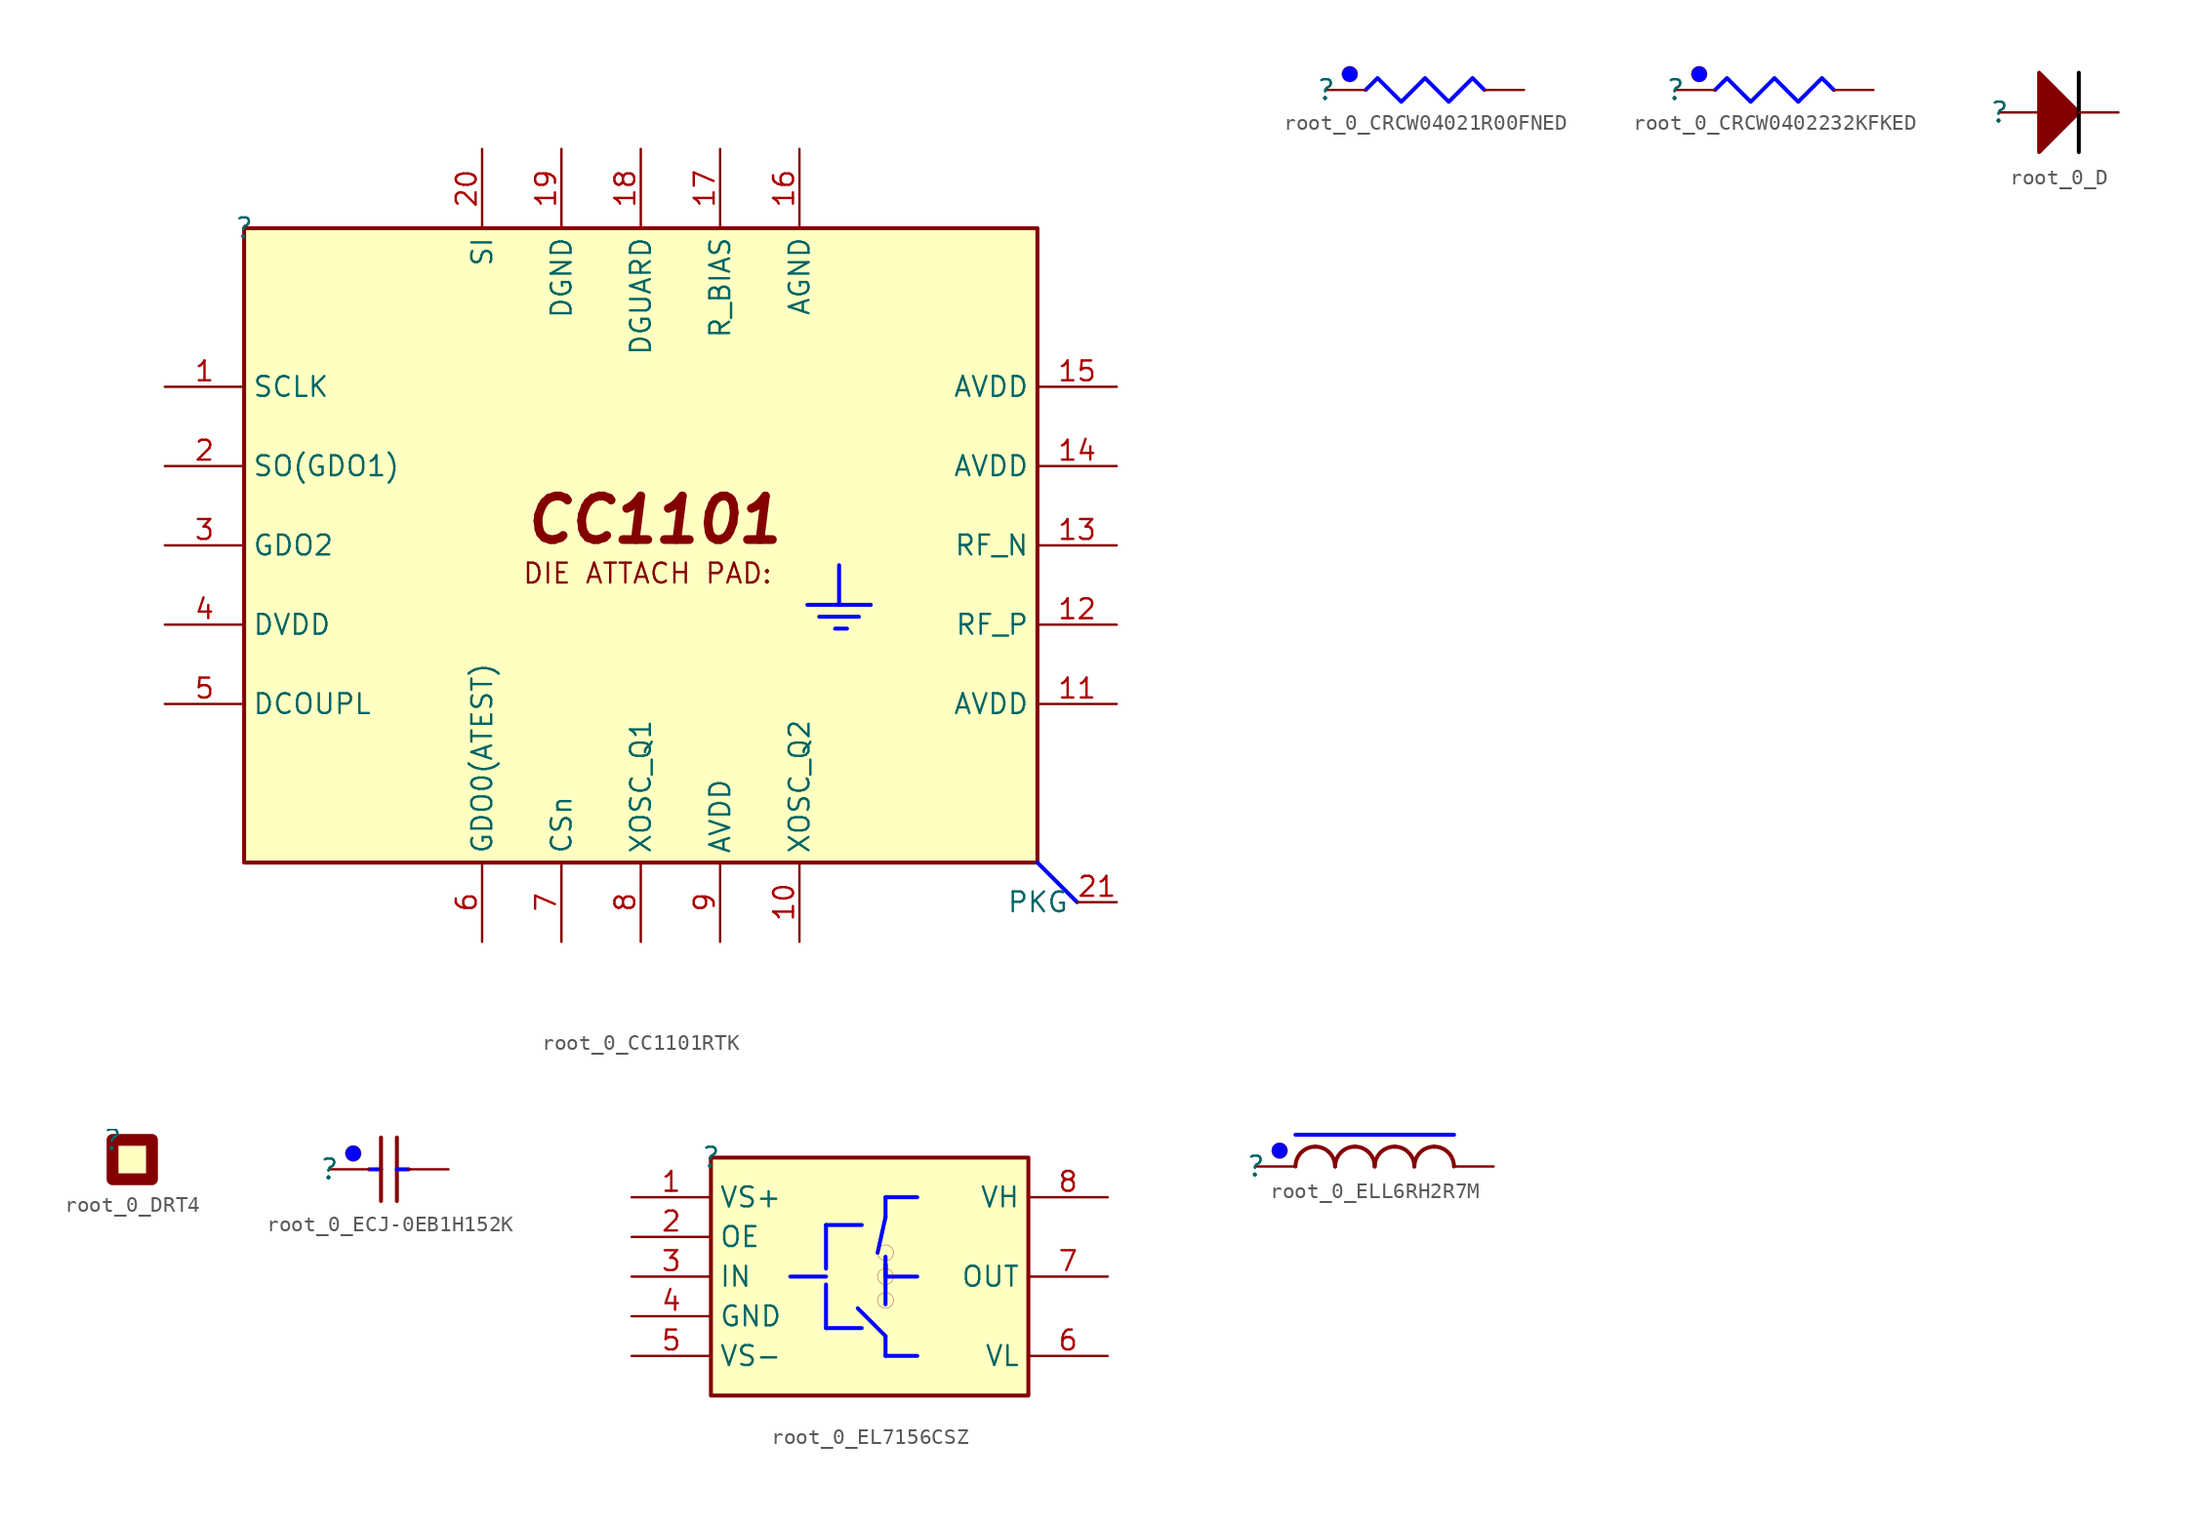
<source format=kicad_sym>
(kicad_symbol_lib
  (version 20231120)
  (generator "kicad_symbol_editor")
  (generator_version "8.0")
  (symbol "root_0_CC1101RTK"
    (property "Reference" ""
      (at 0 0 0)
      (effects (font (size 1.27 1.27))))
    (property "Value" ""
      (at 0 0 0)
      (effects (font (size 1.27 1.27))))
    (symbol "root_0_CC1101RTK_1_0"
      (polyline (pts (xy 36.068 -24.13) (xy 40.132 -24.13)) (stroke (width 0.254) (type solid) (color 0 0 255 1)) (fill (type none)))
      (polyline (pts (xy 36.83 -24.892) (xy 39.37 -24.892)) (stroke (width 0.254) (type solid) (color 0 0 255 1)) (fill (type none)))
      (polyline (pts (xy 37.846 -25.654) (xy 38.608 -25.654)) (stroke (width 0.254) (type solid) (color 0 0 255 1)) (fill (type none)))
      (polyline (pts (xy 38.1 -24.13) (xy 38.1 -21.59)) (stroke (width 0.254) (type solid) (color 0 0 255 1)) (fill (type none)))
      (polyline (pts (xy 50.8 -40.64) (xy 53.34 -43.18)) (stroke (width 0.254) (type solid) (color 0 0 255 1)) (fill (type none)))
      (rectangle (start 50.8 0) (end 0 -40.64) (stroke (width 0.254) (type solid)) (fill (type background)))
      (text "CC1101" (at 17.78 -20.32 0) (effects (font (size 2.794 2.794) (bold yes) (italic yes)) (justify left bottom)))
      (text "DIE ATTACH PAD:" (at 17.78 -22.86 0) (effects (font (size 1.27 1.27)) (justify left bottom)))
      (pin passive line (at -5.08 -10.16 0) (length 5.08) (name "SCLK" (effects (font (size 1.27 1.27)))) (number "1" (effects (font (size 1.27 1.27)))))
      (pin passive line (at 35.56 -45.72 90) (length 5.08) (name "XOSC_Q2" (effects (font (size 1.27 1.27)))) (number "10" (effects (font (size 1.27 1.27)))))
      (pin passive line (at 55.88 -30.48 180) (length 5.08) (name "AVDD" (effects (font (size 1.27 1.27)))) (number "11" (effects (font (size 1.27 1.27)))))
      (pin passive line (at 55.88 -25.4 180) (length 5.08) (name "RF_P" (effects (font (size 1.27 1.27)))) (number "12" (effects (font (size 1.27 1.27)))))
      (pin passive line (at 55.88 -20.32 180) (length 5.08) (name "RF_N" (effects (font (size 1.27 1.27)))) (number "13" (effects (font (size 1.27 1.27)))))
      (pin passive line (at 55.88 -15.24 180) (length 5.08) (name "AVDD" (effects (font (size 1.27 1.27)))) (number "14" (effects (font (size 1.27 1.27)))))
      (pin passive line (at 55.88 -10.16 180) (length 5.08) (name "AVDD" (effects (font (size 1.27 1.27)))) (number "15" (effects (font (size 1.27 1.27)))))
      (pin passive line (at 35.56 5.08 270) (length 5.08) (name "AGND" (effects (font (size 1.27 1.27)))) (number "16" (effects (font (size 1.27 1.27)))))
      (pin passive line (at 30.48 5.08 270) (length 5.08) (name "R_BIAS" (effects (font (size 1.27 1.27)))) (number "17" (effects (font (size 1.27 1.27)))))
      (pin passive line (at 25.4 5.08 270) (length 5.08) (name "DGUARD" (effects (font (size 1.27 1.27)))) (number "18" (effects (font (size 1.27 1.27)))))
      (pin passive line (at 20.32 5.08 270) (length 5.08) (name "DGND" (effects (font (size 1.27 1.27)))) (number "19" (effects (font (size 1.27 1.27)))))
      (pin passive line (at -5.08 -15.24 0) (length 5.08) (name "SO(GDO1)" (effects (font (size 1.27 1.27)))) (number "2" (effects (font (size 1.27 1.27)))))
      (pin passive line (at 15.24 5.08 270) (length 5.08) (name "SI" (effects (font (size 1.27 1.27)))) (number "20" (effects (font (size 1.27 1.27)))))
      (pin power_in line (at 55.88 -43.18 180) (length 2.54) (name "PKG" (effects (font (size 1.27 1.27)))) (number "21" (effects (font (size 1.27 1.27)))))
      (pin passive line (at -5.08 -20.32 0) (length 5.08) (name "GDO2" (effects (font (size 1.27 1.27)))) (number "3" (effects (font (size 1.27 1.27)))))
      (pin passive line (at -5.08 -25.4 0) (length 5.08) (name "DVDD" (effects (font (size 1.27 1.27)))) (number "4" (effects (font (size 1.27 1.27)))))
      (pin passive line (at -5.08 -30.48 0) (length 5.08) (name "DCOUPL" (effects (font (size 1.27 1.27)))) (number "5" (effects (font (size 1.27 1.27)))))
      (pin passive line (at 15.24 -45.72 90) (length 5.08) (name "GDO0(ATEST)" (effects (font (size 1.27 1.27)))) (number "6" (effects (font (size 1.27 1.27)))))
      (pin passive line (at 20.32 -45.72 90) (length 5.08) (name "CSn" (effects (font (size 1.27 1.27)))) (number "7" (effects (font (size 1.27 1.27)))))
      (pin passive line (at 25.4 -45.72 90) (length 5.08) (name "XOSC_Q1" (effects (font (size 1.27 1.27)))) (number "8" (effects (font (size 1.27 1.27)))))
      (pin passive line (at 30.48 -45.72 90) (length 5.08) (name "AVDD" (effects (font (size 1.27 1.27)))) (number "9" (effects (font (size 1.27 1.27)))))))
  (symbol "root_0_CRCW04021R00FNED"
    (property "Reference" ""
      (at 0 0 0)
      (effects (font (size 1.27 1.27))))
    (property "Value" ""
      (at 0 0 0)
      (effects (font (size 1.27 1.27))))
    (symbol "root_0_CRCW04021R00FNED_1_0"
      (polyline (pts (xy 10.16 0) (xy 9.398 0.762) (xy 7.874 -0.762) (xy 6.35 0.762) (xy 4.826 -0.762) (xy 3.302 0.762) (xy 2.54 0)) (stroke (width 0.254) (type solid) (color 0 0 255 1)) (fill (type none)))
      (circle (center 1.524 1.016) (radius 0.508) (stroke (width 0.0001) (type solid)) (fill (type color) (color 0 0 255 1)))
      (pin passive line (at 0 0 0) (length 2.54) (name "1" (effects (font (size 0 0)))) (number "1" (effects (font (size 0 0)))))
      (pin passive line (at 12.7 0 180) (length 2.54) (name "2" (effects (font (size 0 0)))) (number "2" (effects (font (size 0 0)))))))
  (symbol "root_0_CRCW0402232KFKED"
    (property "Reference" ""
      (at 0 0 0)
      (effects (font (size 1.27 1.27))))
    (property "Value" ""
      (at 0 0 0)
      (effects (font (size 1.27 1.27))))
    (symbol "root_0_CRCW0402232KFKED_1_0"
      (polyline (pts (xy 10.16 0) (xy 9.398 0.762) (xy 7.874 -0.762) (xy 6.35 0.762) (xy 4.826 -0.762) (xy 3.302 0.762) (xy 2.54 0)) (stroke (width 0.254) (type solid) (color 0 0 255 1)) (fill (type none)))
      (circle (center 1.524 1.016) (radius 0.508) (stroke (width 0.0001) (type solid)) (fill (type color) (color 0 0 255 1)))
      (pin passive line (at 0 0 0) (length 2.54) (name "1" (effects (font (size 0 0)))) (number "1" (effects (font (size 0 0)))))
      (pin passive line (at 12.7 0 180) (length 2.54) (name "2" (effects (font (size 0 0)))) (number "2" (effects (font (size 0 0)))))))
  (symbol "root_0_D"
    (property "Reference" ""
      (at 0 0 0)
      (effects (font (size 1.27 1.27))))
    (property "Value" ""
      (at 0 0 0)
      (effects (font (size 1.27 1.27))))
    (symbol "root_0_D_1_0"
      (polyline (pts (xy 5.08 2.54) (xy 5.08 -2.54)) (stroke (width 0.254) (type solid) (color 0 0 0 1)) (fill (type none)))
      (polyline (pts (xy 2.54 -2.54) (xy 5.08 0) (xy 2.54 2.54) (xy 2.54 -2.54)) (stroke (width 0.254) (type solid)) (fill (type outline)))
      (pin passive line (at 0 0 0) (length 2.54) (name "A" (effects (font (size 0 0)))) (number "1" (effects (font (size 0 0)))))
      (pin passive line (at 7.62 0 180) (length 2.54) (name "K" (effects (font (size 0 0)))) (number "2" (effects (font (size 0 0)))))))
  (symbol "root_0_DRT4"
    (property "Reference" ""
      (at 0 0 0)
      (effects (font (size 1.27 1.27))))
    (property "Value" ""
      (at 0 0 0)
      (effects (font (size 1.27 1.27))))
    (symbol "root_0_DRT4_1_0"
      (rectangle (start 2.54 0) (end 0 -2.54) (stroke (width 0.762) (type solid)) (fill (type background)))))
  (symbol "root_0_ECJ-0EB1H152K"
    (property "Reference" ""
      (at 0 0 0)
      (effects (font (size 1.27 1.27))))
    (property "Value" ""
      (at 0 0 0)
      (effects (font (size 1.27 1.27))))
    (symbol "root_0_ECJ-0EB1H152K_1_0"
      (polyline (pts (xy 2.54 0) (xy 3.302 0)) (stroke (width 0.254) (type solid) (color 0 0 255 1)) (fill (type none)))
      (polyline (pts (xy 3.302 -2.032) (xy 3.302 2.032)) (stroke (width 0.254) (type solid)) (fill (type none)))
      (polyline (pts (xy 4.318 2.032) (xy 4.318 -2.032)) (stroke (width 0.254) (type solid)) (fill (type none)))
      (polyline (pts (xy 5.08 0) (xy 4.318 0)) (stroke (width 0.254) (type solid) (color 0 0 255 1)) (fill (type none)))
      (circle (center 1.524 1.016) (radius 0.508) (stroke (width 0.0001) (type solid)) (fill (type color) (color 0 0 255 1)))
      (pin passive line (at 0 0 0) (length 2.54) (name "1" (effects (font (size 0 0)))) (number "1" (effects (font (size 0 0)))))
      (pin passive line (at 7.62 0 180) (length 2.54) (name "2" (effects (font (size 0 0)))) (number "2" (effects (font (size 0 0)))))))
  (symbol "root_0_EL7156CSZ"
    (property "Reference" ""
      (at 0 0 0)
      (effects (font (size 1.27 1.27))))
    (property "Value" ""
      (at 0 0 0)
      (effects (font (size 1.27 1.27))))
    (symbol "root_0_EL7156CSZ_1_0"
      (polyline (pts (xy 7.366 -7.62) (xy 5.08 -7.62)) (stroke (width 0.254) (type dash) (color 0 0 255 1)) (fill (type none)))
      (polyline (pts (xy 7.366 -4.318) (xy 7.366 -10.922)) (stroke (width 0.254) (type dash) (color 0 0 255 1)) (fill (type none)))
      (polyline (pts (xy 9.652 -10.922) (xy 7.366 -10.922)) (stroke (width 0.254) (type dash) (color 0 0 255 1)) (fill (type none)))
      (polyline (pts (xy 9.652 -4.318) (xy 7.366 -4.318)) (stroke (width 0.254) (type dash) (color 0 0 255 1)) (fill (type none)))
      (polyline (pts (xy 10.668 -6.096) (xy 11.176 -3.81)) (stroke (width 0.254) (type solid) (color 0 0 255 1)) (fill (type none)))
      (polyline (pts (xy 11.176 -12.7) (xy 11.176 -11.43)) (stroke (width 0.254) (type solid) (color 0 0 255 1)) (fill (type none)))
      (polyline (pts (xy 11.176 -12.7) (xy 13.208 -12.7)) (stroke (width 0.254) (type solid) (color 0 0 255 1)) (fill (type none)))
      (polyline (pts (xy 11.176 -11.43) (xy 9.398 -9.652)) (stroke (width 0.254) (type solid) (color 0 0 255 1)) (fill (type none)))
      (polyline (pts (xy 11.176 -9.398) (xy 11.176 -7.62)) (stroke (width 0.254) (type solid) (color 0 0 255 1)) (fill (type none)))
      (polyline (pts (xy 11.176 -7.62) (xy 11.176 -6.858)) (stroke (width 0.254) (type solid) (color 0 0 255 1)) (fill (type none)))
      (polyline (pts (xy 11.176 -7.62) (xy 11.176 -6.858)) (stroke (width 0.254) (type solid) (color 0 0 255 1)) (fill (type none)))
      (polyline (pts (xy 11.176 -7.62) (xy 11.176 -6.35)) (stroke (width 0.254) (type solid) (color 0 0 255 1)) (fill (type none)))
      (polyline (pts (xy 11.176 -7.62) (xy 13.208 -7.62)) (stroke (width 0.254) (type solid) (color 0 0 255 1)) (fill (type none)))
      (polyline (pts (xy 11.176 -3.81) (xy 11.176 -2.54)) (stroke (width 0.254) (type solid) (color 0 0 255 1)) (fill (type none)))
      (polyline (pts (xy 11.176 -2.54) (xy 13.208 -2.54)) (stroke (width 0.254) (type solid) (color 0 0 255 1)) (fill (type none)))
      (circle (center 11.176 -9.144) (radius 0.508) (stroke (width 0.0001) (type solid)) (fill (type color) (color 0 0 255 1)))
      (circle (center 11.176 -7.62) (radius 0.508) (stroke (width 0.0001) (type solid)) (fill (type color) (color 0 0 255 1)))
      (circle (center 11.176 -6.096) (radius 0.508) (stroke (width 0.0001) (type solid)) (fill (type color) (color 0 0 255 1)))
      (rectangle (start 20.32 0) (end 0 -15.24) (stroke (width 0.254) (type solid)) (fill (type background)))
      (pin passive line (at -5.08 -2.54 0) (length 5.08) (name "VS+" (effects (font (size 1.27 1.27)))) (number "1" (effects (font (size 1.27 1.27)))))
      (pin passive line (at -5.08 -5.08 0) (length 5.08) (name "OE" (effects (font (size 1.27 1.27)))) (number "2" (effects (font (size 1.27 1.27)))))
      (pin passive line (at -5.08 -7.62 0) (length 5.08) (name "IN" (effects (font (size 1.27 1.27)))) (number "3" (effects (font (size 1.27 1.27)))))
      (pin passive line (at -5.08 -10.16 0) (length 5.08) (name "GND" (effects (font (size 1.27 1.27)))) (number "4" (effects (font (size 1.27 1.27)))))
      (pin passive line (at -5.08 -12.7 0) (length 5.08) (name "VS-" (effects (font (size 1.27 1.27)))) (number "5" (effects (font (size 1.27 1.27)))))
      (pin passive line (at 25.4 -12.7 180) (length 5.08) (name "VL" (effects (font (size 1.27 1.27)))) (number "6" (effects (font (size 1.27 1.27)))))
      (pin passive line (at 25.4 -7.62 180) (length 5.08) (name "OUT" (effects (font (size 1.27 1.27)))) (number "7" (effects (font (size 1.27 1.27)))))
      (pin passive line (at 25.4 -2.54 180) (length 5.08) (name "VH" (effects (font (size 1.27 1.27)))) (number "8" (effects (font (size 1.27 1.27)))))))
  (symbol "root_0_ELL6RH2R7M"
    (property "Reference" ""
      (at 0 0 0)
      (effects (font (size 1.27 1.27))))
    (property "Value" ""
      (at 0 0 0)
      (effects (font (size 1.27 1.27))))
    (symbol "root_0_ELL6RH2R7M_1_0"
      (polyline (pts (xy 2.54 2.032) (xy 12.7 2.032)) (stroke (width 0.254) (type solid) (color 0 0 255 1)) (fill (type none)))
      (circle (center 1.524 1.016) (radius 0.508) (stroke (width 0.0001) (type solid)) (fill (type color) (color 0 0 255 1)))
      (arc (start 3.81 1.27) (mid 2.912 0.898) (end 2.54 0) (stroke (width 0.254) (type solid)) (fill (type none)))
      (arc (start 5.08 0) (mid 4.708 0.898) (end 3.81 1.27) (stroke (width 0.254) (type solid)) (fill (type none)))
      (arc (start 6.35 1.27) (mid 5.452 0.898) (end 5.08 0) (stroke (width 0.254) (type solid)) (fill (type none)))
      (arc (start 7.62 0) (mid 7.248 0.898) (end 6.35 1.27) (stroke (width 0.254) (type solid)) (fill (type none)))
      (arc (start 8.89 1.27) (mid 7.992 0.898) (end 7.62 0) (stroke (width 0.254) (type solid)) (fill (type none)))
      (arc (start 10.16 0) (mid 9.788 0.898) (end 8.89 1.27) (stroke (width 0.254) (type solid)) (fill (type none)))
      (arc (start 11.43 1.27) (mid 10.532 0.898) (end 10.16 0) (stroke (width 0.254) (type solid)) (fill (type none)))
      (arc (start 12.7 0) (mid 12.328 0.898) (end 11.43 1.27) (stroke (width 0.254) (type solid)) (fill (type none)))
      (pin passive line (at 0 0 0) (length 2.54) (name "1" (effects (font (size 0 0)))) (number "1" (effects (font (size 0 0)))))
      (pin passive line (at 15.24 0 180) (length 2.54) (name "2" (effects (font (size 0 0)))) (number "2" (effects (font (size 0 0))))))))
</source>
